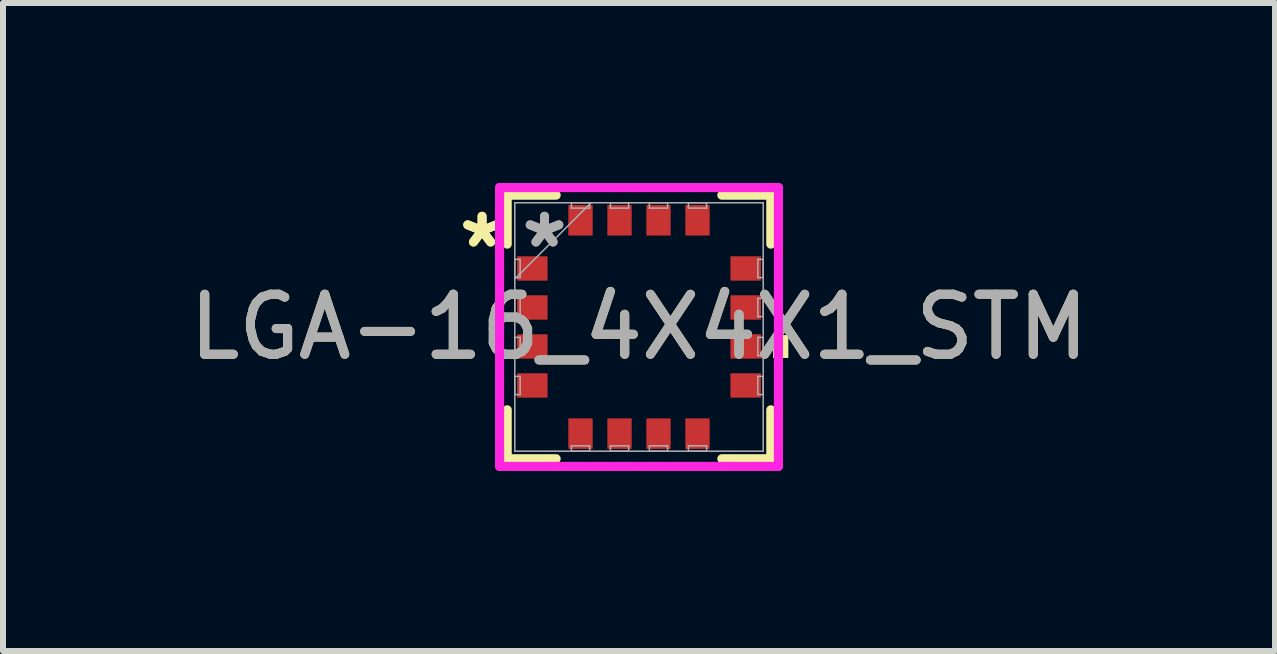
<source format=kicad_pcb>
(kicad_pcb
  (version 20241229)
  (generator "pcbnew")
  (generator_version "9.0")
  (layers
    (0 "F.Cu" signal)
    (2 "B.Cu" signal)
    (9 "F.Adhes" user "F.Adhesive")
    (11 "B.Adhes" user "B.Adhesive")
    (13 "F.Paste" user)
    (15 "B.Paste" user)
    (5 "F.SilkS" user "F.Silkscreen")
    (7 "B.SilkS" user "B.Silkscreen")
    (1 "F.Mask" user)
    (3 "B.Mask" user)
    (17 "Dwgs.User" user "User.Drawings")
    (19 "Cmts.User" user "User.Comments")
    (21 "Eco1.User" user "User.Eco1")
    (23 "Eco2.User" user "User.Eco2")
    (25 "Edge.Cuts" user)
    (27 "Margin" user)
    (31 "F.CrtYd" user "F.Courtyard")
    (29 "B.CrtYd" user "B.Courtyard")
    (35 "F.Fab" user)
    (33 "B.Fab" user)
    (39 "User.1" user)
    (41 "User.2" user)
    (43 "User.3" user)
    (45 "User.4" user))
  (footprint "LGA-16_4X4X1_STM"
    (layer "F.Cu")
    (at 7.601 2.4)
    (property "Reference" "LGA-16_4X4X1_STM" (at 0 0 0) (unlocked yes) (layer "F.SilkS") (effects (font (size 1 1) (thickness 0.15))))
    (attr smd)
    (fp_line (start -2.197 -2.197) (end -2.197 -1.381) (stroke (width 0.152) (type solid)) (layer "F.SilkS"))
    (fp_line (start -2.197 1.381) (end -2.197 2.197) (stroke (width 0.152) (type solid)) (layer "F.SilkS"))
    (fp_line (start -2.197 2.197) (end -1.381 2.197) (stroke (width 0.152) (type solid)) (layer "F.SilkS"))
    (fp_line (start -1.381 -2.197) (end -2.197 -2.197) (stroke (width 0.152) (type solid)) (layer "F.SilkS"))
    (fp_line (start 1.381 2.197) (end 2.197 2.197) (stroke (width 0.152) (type solid)) (layer "F.SilkS"))
    (fp_line (start 2.197 -2.197) (end 1.381 -2.197) (stroke (width 0.152) (type solid)) (layer "F.SilkS"))
    (fp_line (start 2.197 -1.381) (end 2.197 -2.197) (stroke (width 0.152) (type solid)) (layer "F.SilkS"))
    (fp_line (start 2.197 2.197) (end 2.197 1.381) (stroke (width 0.152) (type solid)) (layer "F.SilkS"))
    (fp_poly (pts (xy 2.489 0.135) (xy 2.489 0.516) (xy 2.235 0.516) (xy 2.235 0.135)) (stroke (width 0) (type solid)) (fill yes) (layer "F.SilkS"))
    (fp_line (start -2.324 -2.324) (end -1.381 -2.324) (stroke (width 0.152) (type solid)) (layer "F.CrtYd"))
    (fp_line (start -2.324 -1.381) (end -2.324 -2.324) (stroke (width 0.152) (type solid)) (layer "F.CrtYd"))
    (fp_line (start -2.324 -1.381) (end -2.324 -1.381) (stroke (width 0.152) (type solid)) (layer "F.CrtYd"))
    (fp_line (start -2.324 1.381) (end -2.324 -1.381) (stroke (width 0.152) (type solid)) (layer "F.CrtYd"))
    (fp_line (start -2.324 1.381) (end -2.324 1.381) (stroke (width 0.152) (type solid)) (layer "F.CrtYd"))
    (fp_line (start -2.324 2.324) (end -2.324 1.381) (stroke (width 0.152) (type solid)) (layer "F.CrtYd"))
    (fp_line (start -1.381 -2.324) (end -1.381 -2.324) (stroke (width 0.152) (type solid)) (layer "F.CrtYd"))
    (fp_line (start -1.381 -2.324) (end 1.381 -2.324) (stroke (width 0.152) (type solid)) (layer "F.CrtYd"))
    (fp_line (start -1.381 2.324) (end -2.324 2.324) (stroke (width 0.152) (type solid)) (layer "F.CrtYd"))
    (fp_line (start -1.381 2.324) (end -1.381 2.324) (stroke (width 0.152) (type solid)) (layer "F.CrtYd"))
    (fp_line (start 1.381 -2.324) (end 1.381 -2.324) (stroke (width 0.152) (type solid)) (layer "F.CrtYd"))
    (fp_line (start 1.381 -2.324) (end 2.324 -2.324) (stroke (width 0.152) (type solid)) (layer "F.CrtYd"))
    (fp_line (start 1.381 2.324) (end -1.381 2.324) (stroke (width 0.152) (type solid)) (layer "F.CrtYd"))
    (fp_line (start 1.381 2.324) (end 1.381 2.324) (stroke (width 0.152) (type solid)) (layer "F.CrtYd"))
    (fp_line (start 2.324 -2.324) (end 2.324 -1.381) (stroke (width 0.152) (type solid)) (layer "F.CrtYd"))
    (fp_line (start 2.324 -1.381) (end 2.324 -1.381) (stroke (width 0.152) (type solid)) (layer "F.CrtYd"))
    (fp_line (start 2.324 -1.381) (end 2.324 1.381) (stroke (width 0.152) (type solid)) (layer "F.CrtYd"))
    (fp_line (start 2.324 1.381) (end 2.324 1.381) (stroke (width 0.152) (type solid)) (layer "F.CrtYd"))
    (fp_line (start 2.324 1.381) (end 2.324 2.324) (stroke (width 0.152) (type solid)) (layer "F.CrtYd"))
    (fp_line (start 2.324 2.324) (end 1.381 2.324) (stroke (width 0.152) (type solid)) (layer "F.CrtYd"))
    (fp_line (start -2.07 -2.07) (end -2.07 -2.07) (stroke (width 0.025) (type solid)) (layer "F.Fab"))
    (fp_line (start -2.07 -2.07) (end -2.07 2.07) (stroke (width 0.025) (type solid)) (layer "F.Fab"))
    (fp_line (start -2.07 -1.127) (end -1.981 -1.127) (stroke (width 0.025) (type solid)) (layer "F.Fab"))
    (fp_line (start -2.07 -0.823) (end -2.07 -1.127) (stroke (width 0.025) (type solid)) (layer "F.Fab"))
    (fp_line (start -2.07 -0.8) (end -0.8 -2.07) (stroke (width 0.025) (type solid)) (layer "F.Fab"))
    (fp_line (start -2.07 -0.477) (end -1.981 -0.477) (stroke (width 0.025) (type solid)) (layer "F.Fab"))
    (fp_line (start -2.07 -0.173) (end -2.07 -0.477) (stroke (width 0.025) (type solid)) (layer "F.Fab"))
    (fp_line (start -2.07 0.173) (end -1.981 0.173) (stroke (width 0.025) (type solid)) (layer "F.Fab"))
    (fp_line (start -2.07 0.477) (end -2.07 0.173) (stroke (width 0.025) (type solid)) (layer "F.Fab"))
    (fp_line (start -2.07 0.823) (end -1.981 0.823) (stroke (width 0.025) (type solid)) (layer "F.Fab"))
    (fp_line (start -2.07 1.127) (end -2.07 0.823) (stroke (width 0.025) (type solid)) (layer "F.Fab"))
    (fp_line (start -2.07 2.07) (end -2.07 2.07) (stroke (width 0.025) (type solid)) (layer "F.Fab"))
    (fp_line (start -2.07 2.07) (end 2.07 2.07) (stroke (width 0.025) (type solid)) (layer "F.Fab"))
    (fp_line (start -1.981 -1.127) (end -1.981 -0.823) (stroke (width 0.025) (type solid)) (layer "F.Fab"))
    (fp_line (start -1.981 -0.823) (end -2.07 -0.823) (stroke (width 0.025) (type solid)) (layer "F.Fab"))
    (fp_line (start -1.981 -0.477) (end -1.981 -0.173) (stroke (width 0.025) (type solid)) (layer "F.Fab"))
    (fp_line (start -1.981 -0.173) (end -2.07 -0.173) (stroke (width 0.025) (type solid)) (layer "F.Fab"))
    (fp_line (start -1.981 0.173) (end -1.981 0.477) (stroke (width 0.025) (type solid)) (layer "F.Fab"))
    (fp_line (start -1.981 0.477) (end -2.07 0.477) (stroke (width 0.025) (type solid)) (layer "F.Fab"))
    (fp_line (start -1.981 0.823) (end -1.981 1.127) (stroke (width 0.025) (type solid)) (layer "F.Fab"))
    (fp_line (start -1.981 1.127) (end -2.07 1.127) (stroke (width 0.025) (type solid)) (layer "F.Fab"))
    (fp_line (start -1.127 -2.07) (end -0.823 -2.07) (stroke (width 0.025) (type solid)) (layer "F.Fab"))
    (fp_line (start -1.127 -1.981) (end -1.127 -2.07) (stroke (width 0.025) (type solid)) (layer "F.Fab"))
    (fp_line (start -1.127 1.981) (end -0.823 1.981) (stroke (width 0.025) (type solid)) (layer "F.Fab"))
    (fp_line (start -1.127 2.07) (end -1.127 1.981) (stroke (width 0.025) (type solid)) (layer "F.Fab"))
    (fp_line (start -0.823 -2.07) (end -0.823 -1.981) (stroke (width 0.025) (type solid)) (layer "F.Fab"))
    (fp_line (start -0.823 -1.981) (end -1.127 -1.981) (stroke (width 0.025) (type solid)) (layer "F.Fab"))
    (fp_line (start -0.823 1.981) (end -0.823 2.07) (stroke (width 0.025) (type solid)) (layer "F.Fab"))
    (fp_line (start -0.823 2.07) (end -1.127 2.07) (stroke (width 0.025) (type solid)) (layer "F.Fab"))
    (fp_line (start -0.477 -2.07) (end -0.173 -2.07) (stroke (width 0.025) (type solid)) (layer "F.Fab"))
    (fp_line (start -0.477 -1.981) (end -0.477 -2.07) (stroke (width 0.025) (type solid)) (layer "F.Fab"))
    (fp_line (start -0.477 1.981) (end -0.173 1.981) (stroke (width 0.025) (type solid)) (layer "F.Fab"))
    (fp_line (start -0.477 2.07) (end -0.477 1.981) (stroke (width 0.025) (type solid)) (layer "F.Fab"))
    (fp_line (start -0.173 -2.07) (end -0.173 -1.981) (stroke (width 0.025) (type solid)) (layer "F.Fab"))
    (fp_line (start -0.173 -1.981) (end -0.477 -1.981) (stroke (width 0.025) (type solid)) (layer "F.Fab"))
    (fp_line (start -0.173 1.981) (end -0.173 2.07) (stroke (width 0.025) (type solid)) (layer "F.Fab"))
    (fp_line (start -0.173 2.07) (end -0.477 2.07) (stroke (width 0.025) (type solid)) (layer "F.Fab"))
    (fp_line (start 0.173 -2.07) (end 0.477 -2.07) (stroke (width 0.025) (type solid)) (layer "F.Fab"))
    (fp_line (start 0.173 -1.981) (end 0.173 -2.07) (stroke (width 0.025) (type solid)) (layer "F.Fab"))
    (fp_line (start 0.173 1.981) (end 0.477 1.981) (stroke (width 0.025) (type solid)) (layer "F.Fab"))
    (fp_line (start 0.173 2.07) (end 0.173 1.981) (stroke (width 0.025) (type solid)) (layer "F.Fab"))
    (fp_line (start 0.477 -2.07) (end 0.477 -1.981) (stroke (width 0.025) (type solid)) (layer "F.Fab"))
    (fp_line (start 0.477 -1.981) (end 0.173 -1.981) (stroke (width 0.025) (type solid)) (layer "F.Fab"))
    (fp_line (start 0.477 1.981) (end 0.477 2.07) (stroke (width 0.025) (type solid)) (layer "F.Fab"))
    (fp_line (start 0.477 2.07) (end 0.173 2.07) (stroke (width 0.025) (type solid)) (layer "F.Fab"))
    (fp_line (start 0.823 -2.07) (end 1.127 -2.07) (stroke (width 0.025) (type solid)) (layer "F.Fab"))
    (fp_line (start 0.823 -1.981) (end 0.823 -2.07) (stroke (width 0.025) (type solid)) (layer "F.Fab"))
    (fp_line (start 0.823 1.981) (end 1.127 1.981) (stroke (width 0.025) (type solid)) (layer "F.Fab"))
    (fp_line (start 0.823 2.07) (end 0.823 1.981) (stroke (width 0.025) (type solid)) (layer "F.Fab"))
    (fp_line (start 1.127 -2.07) (end 1.127 -1.981) (stroke (width 0.025) (type solid)) (layer "F.Fab"))
    (fp_line (start 1.127 -1.981) (end 0.823 -1.981) (stroke (width 0.025) (type solid)) (layer "F.Fab"))
    (fp_line (start 1.127 1.981) (end 1.127 2.07) (stroke (width 0.025) (type solid)) (layer "F.Fab"))
    (fp_line (start 1.127 2.07) (end 0.823 2.07) (stroke (width 0.025) (type solid)) (layer "F.Fab"))
    (fp_line (start 1.981 -1.127) (end 2.07 -1.127) (stroke (width 0.025) (type solid)) (layer "F.Fab"))
    (fp_line (start 1.981 -0.823) (end 1.981 -1.127) (stroke (width 0.025) (type solid)) (layer "F.Fab"))
    (fp_line (start 1.981 -0.477) (end 2.07 -0.477) (stroke (width 0.025) (type solid)) (layer "F.Fab"))
    (fp_line (start 1.981 -0.173) (end 1.981 -0.477) (stroke (width 0.025) (type solid)) (layer "F.Fab"))
    (fp_line (start 1.981 0.173) (end 2.07 0.173) (stroke (width 0.025) (type solid)) (layer "F.Fab"))
    (fp_line (start 1.981 0.477) (end 1.981 0.173) (stroke (width 0.025) (type solid)) (layer "F.Fab"))
    (fp_line (start 1.981 0.823) (end 2.07 0.823) (stroke (width 0.025) (type solid)) (layer "F.Fab"))
    (fp_line (start 1.981 1.127) (end 1.981 0.823) (stroke (width 0.025) (type solid)) (layer "F.Fab"))
    (fp_line (start 2.07 -2.07) (end -2.07 -2.07) (stroke (width 0.025) (type solid)) (layer "F.Fab"))
    (fp_line (start 2.07 -2.07) (end 2.07 -2.07) (stroke (width 0.025) (type solid)) (layer "F.Fab"))
    (fp_line (start 2.07 -1.127) (end 2.07 -0.823) (stroke (width 0.025) (type solid)) (layer "F.Fab"))
    (fp_line (start 2.07 -0.823) (end 1.981 -0.823) (stroke (width 0.025) (type solid)) (layer "F.Fab"))
    (fp_line (start 2.07 -0.477) (end 2.07 -0.173) (stroke (width 0.025) (type solid)) (layer "F.Fab"))
    (fp_line (start 2.07 -0.173) (end 1.981 -0.173) (stroke (width 0.025) (type solid)) (layer "F.Fab"))
    (fp_line (start 2.07 0.173) (end 2.07 0.477) (stroke (width 0.025) (type solid)) (layer "F.Fab"))
    (fp_line (start 2.07 0.477) (end 1.981 0.477) (stroke (width 0.025) (type solid)) (layer "F.Fab"))
    (fp_line (start 2.07 0.823) (end 2.07 1.127) (stroke (width 0.025) (type solid)) (layer "F.Fab"))
    (fp_line (start 2.07 1.127) (end 1.981 1.127) (stroke (width 0.025) (type solid)) (layer "F.Fab"))
    (fp_line (start 2.07 2.07) (end 2.07 -2.07) (stroke (width 0.025) (type solid)) (layer "F.Fab"))
    (fp_line (start 2.07 2.07) (end 2.07 2.07) (stroke (width 0.025) (type solid)) (layer "F.Fab"))
    (fp_text user "*" (at -2.616 -1.3 0) (layer "F.SilkS") (effects (font (size 1 1) (thickness 0.15))))
    (fp_text user "*" (at -2.616 -1.3 0) (unlocked yes) (layer "F.SilkS") (effects (font (size 1 1) (thickness 0.15))))
    (fp_text user "*" (at -1.575 -1.3 0) (unlocked yes) (layer "F.Fab") (effects (font (size 1 1) (thickness 0.15))))
    (fp_text user "*" (at -1.575 -1.3 0) (layer "F.Fab") (effects (font (size 1 1) (thickness 0.15))))
    (fp_text user "${REFERENCE}" (at 0 0 0) (unlocked yes) (layer "F.Fab") (effects (font (size 1 1) (thickness 0.15))))
    (pad "1" smd rect (at -1.778 -0.975 90) (size 0.406 0.508) (layers "F.Cu" "F.Mask" "F.Paste"))
    (pad "2" smd rect (at -1.778 -0.325 90) (size 0.406 0.508) (layers "F.Cu" "F.Mask" "F.Paste"))
    (pad "3" smd rect (at -1.778 0.325 90) (size 0.406 0.508) (layers "F.Cu" "F.Mask" "F.Paste"))
    (pad "4" smd rect (at -1.778 0.975 90) (size 0.406 0.508) (layers "F.Cu" "F.Mask" "F.Paste"))
    (pad "5" smd rect (at -0.975 1.778) (size 0.406 0.508) (layers "F.Cu" "F.Mask" "F.Paste"))
    (pad "6" smd rect (at -0.325 1.778) (size 0.406 0.508) (layers "F.Cu" "F.Mask" "F.Paste"))
    (pad "7" smd rect (at 0.325 1.778) (size 0.406 0.508) (layers "F.Cu" "F.Mask" "F.Paste"))
    (pad "8" smd rect (at 0.975 1.778) (size 0.406 0.508) (layers "F.Cu" "F.Mask" "F.Paste"))
    (pad "9" smd rect (at 1.778 0.975 90) (size 0.406 0.508) (layers "F.Cu" "F.Mask" "F.Paste"))
    (pad "10" smd rect (at 1.778 0.325 90) (size 0.406 0.508) (layers "F.Cu" "F.Mask" "F.Paste"))
    (pad "11" smd rect (at 1.778 -0.325 90) (size 0.406 0.508) (layers "F.Cu" "F.Mask" "F.Paste"))
    (pad "12" smd rect (at 1.778 -0.975 90) (size 0.406 0.508) (layers "F.Cu" "F.Mask" "F.Paste"))
    (pad "13" smd rect (at 0.975 -1.778) (size 0.406 0.508) (layers "F.Cu" "F.Mask" "F.Paste"))
    (pad "14" smd rect (at 0.325 -1.778) (size 0.406 0.508) (layers "F.Cu" "F.Mask" "F.Paste"))
    (pad "15" smd rect (at -0.325 -1.778) (size 0.406 0.508) (layers "F.Cu" "F.Mask" "F.Paste"))
    (pad "16" smd rect (at -0.975 -1.778) (size 0.406 0.508) (layers "F.Cu" "F.Mask" "F.Paste")))
  (gr_rect
    (start -3 -3)
    (end 18.202 7.801)
    (stroke (width 0.1) (type default))
    (fill no)
    (layer "Edge.Cuts")))
</source>
